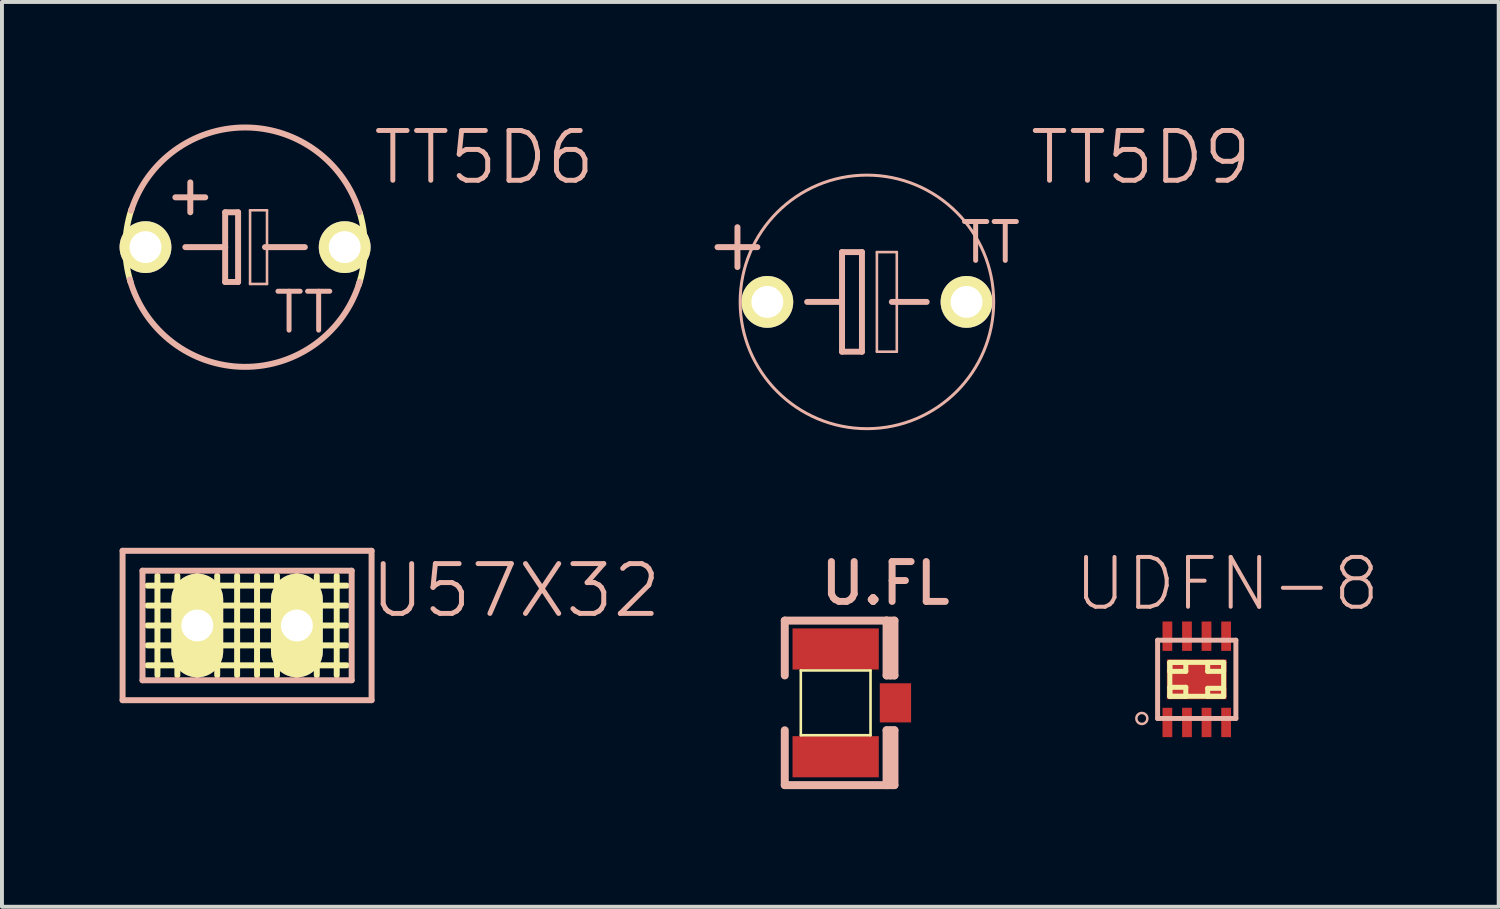
<source format=kicad_pcb>
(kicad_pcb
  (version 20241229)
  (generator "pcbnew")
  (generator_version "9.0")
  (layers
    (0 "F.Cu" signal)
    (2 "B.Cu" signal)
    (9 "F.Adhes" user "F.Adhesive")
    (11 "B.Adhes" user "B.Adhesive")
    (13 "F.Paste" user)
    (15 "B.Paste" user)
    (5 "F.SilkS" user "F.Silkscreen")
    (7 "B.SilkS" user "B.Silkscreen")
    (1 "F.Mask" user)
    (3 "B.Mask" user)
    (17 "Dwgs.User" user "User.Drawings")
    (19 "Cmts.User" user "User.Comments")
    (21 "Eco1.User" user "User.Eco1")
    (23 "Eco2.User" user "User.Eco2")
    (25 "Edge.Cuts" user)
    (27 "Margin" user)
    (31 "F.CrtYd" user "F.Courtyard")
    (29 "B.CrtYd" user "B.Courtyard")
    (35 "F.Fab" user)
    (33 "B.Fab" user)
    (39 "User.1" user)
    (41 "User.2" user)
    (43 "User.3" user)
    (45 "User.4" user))
  (footprint "TT5D6"
    (layer "F.Cu")
    (at 3.2 3.252)
    (property "Reference" "TT5D6" (at 6.096 -2.286 0) (layer "B.SilkS") (effects (font (size 1.27 1.27) (thickness 0.127))))
    (attr exclude_from_pos_files exclude_from_bom)
    (fp_arc (start -2.921 0.889) (mid -3.053044 -0.0385) (end -2.897653 -0.962376) (stroke (width 0.1524) (type solid)) (layer "F.SilkS"))
    (fp_arc (start 2.921 -0.889) (mid 3.053044 0.0385) (end 2.897653 0.962376) (stroke (width 0.1524) (type solid)) (layer "F.SilkS"))
    (fp_line (start -1.778 -1.27) (end -1.016 -1.27) (stroke (width 0.152) (type solid)) (layer "B.SilkS"))
    (fp_line (start -1.524 0) (end -0.508 0) (stroke (width 0.152) (type solid)) (layer "B.SilkS"))
    (fp_line (start -1.397 -1.651) (end -1.397 -0.889) (stroke (width 0.152) (type solid)) (layer "B.SilkS"))
    (fp_line (start -0.508 -0.889) (end -0.508 0) (stroke (width 0.152) (type solid)) (layer "B.SilkS"))
    (fp_line (start -0.508 0) (end -0.508 0.889) (stroke (width 0.152) (type solid)) (layer "B.SilkS"))
    (fp_line (start -0.508 0.889) (end -0.178 0.889) (stroke (width 0.152) (type solid)) (layer "B.SilkS"))
    (fp_line (start -0.178 -0.889) (end -0.508 -0.889) (stroke (width 0.152) (type solid)) (layer "B.SilkS"))
    (fp_line (start -0.178 0.889) (end -0.178 -0.889) (stroke (width 0.152) (type solid)) (layer "B.SilkS"))
    (fp_line (start 0.127 -0.94) (end 0.559 -0.94) (stroke (width 0.066) (type solid)) (layer "B.SilkS"))
    (fp_line (start 0.127 0.94) (end 0.127 -0.94) (stroke (width 0.066) (type solid)) (layer "B.SilkS"))
    (fp_line (start 0.127 0.94) (end 0.559 0.94) (stroke (width 0.066) (type solid)) (layer "B.SilkS"))
    (fp_line (start 0.508 0) (end 1.524 0) (stroke (width 0.152) (type solid)) (layer "B.SilkS"))
    (fp_line (start 0.559 0.94) (end 0.559 -0.94) (stroke (width 0.066) (type solid)) (layer "B.SilkS"))
    (fp_arc (start -2.90576 -0.92964) (mid 0.020821 -3.050777) (end 2.918178 -0.889892) (stroke (width 0.1524) (type solid)) (layer "B.SilkS"))
    (fp_arc (start 2.921 0.889) (mid -0.03344 3.053104) (end -2.939771 0.824809) (stroke (width 0.1524) (type solid)) (layer "B.SilkS"))
    (fp_text user "TT" (at 1.499 1.664 0) (layer "B.SilkS") (effects (font (size 0.991 0.991) (thickness 0.127))))
    (pad "+" thru_hole circle (at -2.54 0) (size 1.321 1.321) (drill 0.813) (layers "*.Cu" "F.Mask" "F.SilkS" "F.Paste"))
    (pad "-" thru_hole circle (at 2.54 0) (size 1.321 1.321) (drill 0.813) (layers "*.Cu" "F.Mask" "F.SilkS" "F.Paste")))
  (footprint "U57X32"
    (layer "F.Cu")
    (at 3.251 12.901)
    (property "Reference" "U57X32" (at 6.858 -0.889 0) (layer "B.SilkS") (effects (font (size 1.27 1.27) (thickness 0.127))))
    (attr exclude_from_pos_files exclude_from_bom)
    (fp_line (start -2.54 -1.016) (end 2.54 -1.016) (stroke (width 0.152) (type solid)) (layer "F.SilkS"))
    (fp_line (start -2.54 -0.508) (end 2.54 -0.508) (stroke (width 0.152) (type solid)) (layer "F.SilkS"))
    (fp_line (start -2.54 0) (end 2.54 0) (stroke (width 0.152) (type solid)) (layer "F.SilkS"))
    (fp_line (start -2.54 0.508) (end 2.54 0.508) (stroke (width 0.152) (type solid)) (layer "F.SilkS"))
    (fp_line (start -2.54 1.016) (end 2.54 1.016) (stroke (width 0.152) (type solid)) (layer "F.SilkS"))
    (fp_line (start -2.286 -1.27) (end -2.286 1.27) (stroke (width 0.152) (type solid)) (layer "F.SilkS"))
    (fp_line (start -1.778 -1.27) (end -1.778 1.27) (stroke (width 0.152) (type solid)) (layer "F.SilkS"))
    (fp_line (start -1.27 -1.27) (end -1.27 1.27) (stroke (width 0.152) (type solid)) (layer "F.SilkS"))
    (fp_line (start -0.762 -1.27) (end -0.762 1.27) (stroke (width 0.152) (type solid)) (layer "F.SilkS"))
    (fp_line (start -0.254 -1.27) (end -0.254 1.27) (stroke (width 0.152) (type solid)) (layer "F.SilkS"))
    (fp_line (start 0.254 -1.27) (end 0.254 1.27) (stroke (width 0.152) (type solid)) (layer "F.SilkS"))
    (fp_line (start 0.762 -1.27) (end 0.762 1.27) (stroke (width 0.152) (type solid)) (layer "F.SilkS"))
    (fp_line (start 1.27 -1.27) (end 1.27 1.27) (stroke (width 0.152) (type solid)) (layer "F.SilkS"))
    (fp_line (start 1.778 -1.27) (end 1.778 1.27) (stroke (width 0.152) (type solid)) (layer "F.SilkS"))
    (fp_line (start 2.286 -1.27) (end 2.286 1.27) (stroke (width 0.152) (type solid)) (layer "F.SilkS"))
    (fp_line (start -3.175 -1.905) (end -3.175 1.905) (stroke (width 0.152) (type solid)) (layer "B.SilkS"))
    (fp_line (start -3.175 -1.905) (end 3.175 -1.905) (stroke (width 0.152) (type solid)) (layer "B.SilkS"))
    (fp_line (start -2.667 -1.397) (end -2.667 1.397) (stroke (width 0.152) (type solid)) (layer "B.SilkS"))
    (fp_line (start -2.667 -1.397) (end 2.667 -1.397) (stroke (width 0.152) (type solid)) (layer "B.SilkS"))
    (fp_line (start 2.667 1.397) (end -2.667 1.397) (stroke (width 0.152) (type solid)) (layer "B.SilkS"))
    (fp_line (start 2.667 1.397) (end 2.667 -1.397) (stroke (width 0.152) (type solid)) (layer "B.SilkS"))
    (fp_line (start 3.175 1.905) (end -3.175 1.905) (stroke (width 0.152) (type solid)) (layer "B.SilkS"))
    (fp_line (start 3.175 1.905) (end 3.175 -1.905) (stroke (width 0.152) (type solid)) (layer "B.SilkS"))
    (pad "A" thru_hole oval (at -1.27 0 180) (size 1.321 2.642) (drill 0.813) (layers "*.Cu" "F.Mask" "F.SilkS" "F.Paste"))
    (pad "K" thru_hole oval (at 1.27 0 180) (size 1.321 2.642) (drill 0.813) (layers "*.Cu" "F.Mask" "F.SilkS" "F.Paste")))
  (footprint "TT5D9"
    (layer "F.Cu")
    (at 19.058 4.649)
    (property "Reference" "TT5D9" (at 6.985 -3.683 0) (layer "B.SilkS") (effects (font (size 1.27 1.27) (thickness 0.127))))
    (attr exclude_from_pos_files exclude_from_bom)
    (fp_line (start -3.302 -1.905) (end -3.302 -0.889) (stroke (width 0.152) (type solid)) (layer "B.SilkS"))
    (fp_line (start -2.794 -1.397) (end -3.81 -1.397) (stroke (width 0.152) (type solid)) (layer "B.SilkS"))
    (fp_line (start -1.524 0) (end -0.635 0) (stroke (width 0.152) (type solid)) (layer "B.SilkS"))
    (fp_line (start -0.635 -1.27) (end -0.635 0) (stroke (width 0.152) (type solid)) (layer "B.SilkS"))
    (fp_line (start -0.635 0) (end -0.635 1.27) (stroke (width 0.152) (type solid)) (layer "B.SilkS"))
    (fp_line (start -0.635 1.27) (end -0.127 1.27) (stroke (width 0.152) (type solid)) (layer "B.SilkS"))
    (fp_line (start -0.127 -1.27) (end -0.635 -1.27) (stroke (width 0.152) (type solid)) (layer "B.SilkS"))
    (fp_line (start -0.127 1.27) (end -0.127 -1.27) (stroke (width 0.152) (type solid)) (layer "B.SilkS"))
    (fp_line (start 0.254 -1.27) (end 0.762 -1.27) (stroke (width 0.066) (type solid)) (layer "B.SilkS"))
    (fp_line (start 0.254 1.27) (end 0.254 -1.27) (stroke (width 0.066) (type solid)) (layer "B.SilkS"))
    (fp_line (start 0.254 1.27) (end 0.762 1.27) (stroke (width 0.066) (type solid)) (layer "B.SilkS"))
    (fp_line (start 0.635 0) (end 1.524 0) (stroke (width 0.152) (type solid)) (layer "B.SilkS"))
    (fp_line (start 0.762 1.27) (end 0.762 -1.27) (stroke (width 0.066) (type solid)) (layer "B.SilkS"))
    (fp_circle (center 0 0) (end -2.286 2.286) (stroke (width 0.076) (type solid)) (fill no) (layer "B.SilkS"))
    (fp_text user "TT" (at 3.15 -1.511 0) (layer "B.SilkS") (effects (font (size 0.991 0.991) (thickness 0.127))))
    (pad "+" thru_hole circle (at -2.54 0) (size 1.321 1.321) (drill 0.813) (layers "*.Cu" "F.Mask" "F.SilkS" "F.Paste"))
    (pad "-" thru_hole circle (at 2.54 0) (size 1.321 1.321) (drill 0.813) (layers "*.Cu" "F.Mask" "F.SilkS" "F.Paste")))
  (footprint "UDFN-8"
    (layer "F.Cu")
    (at 27.469 14.274)
    (property "Reference" "UDFN-8" (at 0.775 -2.433 0) (layer "B.SilkS") (effects (font (size 1.27 1.27) (thickness 0.102))))
    (attr smd)
    (fp_line (start -0.686 -0.432) (end -0.279 -0.432) (stroke (width 0.127) (type solid)) (layer "F.SilkS"))
    (fp_line (start -0.686 -0.432) (end 0.686 -0.432) (stroke (width 0.127) (type solid)) (layer "F.SilkS"))
    (fp_line (start -0.686 -0.203) (end -0.686 -0.432) (stroke (width 0.127) (type solid)) (layer "F.SilkS"))
    (fp_line (start -0.686 0.203) (end -0.279 0.203) (stroke (width 0.127) (type solid)) (layer "F.SilkS"))
    (fp_line (start -0.686 0.432) (end -0.686 -0.432) (stroke (width 0.127) (type solid)) (layer "F.SilkS"))
    (fp_line (start -0.686 0.432) (end -0.686 0.203) (stroke (width 0.127) (type solid)) (layer "F.SilkS"))
    (fp_line (start -0.279 -0.432) (end -0.279 -0.203) (stroke (width 0.127) (type solid)) (layer "F.SilkS"))
    (fp_line (start -0.279 -0.203) (end -0.686 -0.203) (stroke (width 0.127) (type solid)) (layer "F.SilkS"))
    (fp_line (start -0.279 0.203) (end -0.279 0.432) (stroke (width 0.127) (type solid)) (layer "F.SilkS"))
    (fp_line (start -0.279 0.432) (end -0.686 0.432) (stroke (width 0.127) (type solid)) (layer "F.SilkS"))
    (fp_line (start 0.279 -0.432) (end 0.686 -0.432) (stroke (width 0.127) (type solid)) (layer "F.SilkS"))
    (fp_line (start 0.279 -0.203) (end 0.279 -0.432) (stroke (width 0.127) (type solid)) (layer "F.SilkS"))
    (fp_line (start 0.279 0.229) (end 0.686 0.229) (stroke (width 0.127) (type solid)) (layer "F.SilkS"))
    (fp_line (start 0.279 0.432) (end 0.279 0.229) (stroke (width 0.127) (type solid)) (layer "F.SilkS"))
    (fp_line (start 0.686 -0.432) (end 0.686 -0.203) (stroke (width 0.127) (type solid)) (layer "F.SilkS"))
    (fp_line (start 0.686 -0.432) (end 0.686 0.432) (stroke (width 0.127) (type solid)) (layer "F.SilkS"))
    (fp_line (start 0.686 -0.203) (end 0.279 -0.203) (stroke (width 0.127) (type solid)) (layer "F.SilkS"))
    (fp_line (start 0.686 0.229) (end 0.686 0.432) (stroke (width 0.127) (type solid)) (layer "F.SilkS"))
    (fp_line (start 0.686 0.432) (end -0.686 0.432) (stroke (width 0.127) (type solid)) (layer "F.SilkS"))
    (fp_line (start 0.686 0.432) (end 0.279 0.432) (stroke (width 0.127) (type solid)) (layer "F.SilkS"))
    (fp_line (start -0.998 -0.998) (end 0.998 -0.998) (stroke (width 0.127) (type solid)) (layer "B.SilkS"))
    (fp_line (start -0.998 0.998) (end -0.998 -0.998) (stroke (width 0.127) (type solid)) (layer "B.SilkS"))
    (fp_line (start 0.998 -0.998) (end 0.998 0.998) (stroke (width 0.127) (type solid)) (layer "B.SilkS"))
    (fp_line (start 0.998 0.998) (end -0.998 0.998) (stroke (width 0.127) (type solid)) (layer "B.SilkS"))
    (fp_circle (center -1.4 0.998) (end -1.499 1.097) (stroke (width 0.064) (type solid)) (fill no) (layer "B.SilkS"))
    (pad "1" smd rect (at -0.749 1.1 90) (size 0.749 0.249) (layers "F.Cu" "F.Mask" "F.Paste"))
    (pad "2" smd rect (at -0.249 1.1 90) (size 0.749 0.249) (layers "F.Cu" "F.Mask" "F.Paste"))
    (pad "3" smd rect (at 0.249 1.1 90) (size 0.749 0.249) (layers "F.Cu" "F.Mask" "F.Paste"))
    (pad "4" smd rect (at 0.749 1.1 90) (size 0.749 0.249) (layers "F.Cu" "F.Mask" "F.Paste"))
    (pad "5" smd rect (at 0.749 -1.1 90) (size 0.749 0.249) (layers "F.Cu" "F.Mask" "F.Paste"))
    (pad "6" smd rect (at 0.249 -1.1 90) (size 0.749 0.249) (layers "F.Cu" "F.Mask" "F.Paste"))
    (pad "7" smd rect (at -0.249 -1.1 90) (size 0.749 0.249) (layers "F.Cu" "F.Mask" "F.Paste"))
    (pad "8" smd rect (at -0.749 -1.1 90) (size 0.749 0.249) (layers "F.Cu" "F.Mask" "F.Paste"))
    (pad "THER" smd rect (at 0 0) (size 1.524 1.016) (layers "F.Cu" "F.Mask" "F.Paste")))
  (footprint "U.FL"
    (layer "F.Cu")
    (at 18.261 14.874)
    (property "Reference" "U.FL" (at 1.27 -3.048 0) (layer "B.SilkS") (effects (font (size 1.016 1.016) (thickness 0.178))))
    (attr smd)
    (fp_line (start -0.889 -0.826) (end 0.889 -0.826) (stroke (width 0.066) (type solid)) (layer "F.SilkS"))
    (fp_line (start -0.889 0.826) (end -0.889 -0.826) (stroke (width 0.066) (type solid)) (layer "F.SilkS"))
    (fp_line (start -0.889 0.826) (end 0.889 0.826) (stroke (width 0.066) (type solid)) (layer "F.SilkS"))
    (fp_line (start 0.889 0.826) (end 0.889 -0.826) (stroke (width 0.066) (type solid)) (layer "F.SilkS"))
    (fp_line (start -1.298 -0.699) (end -1.298 -2.098) (stroke (width 0.203) (type solid)) (layer "B.SilkS"))
    (fp_line (start -1.298 2.098) (end -1.298 0.699) (stroke (width 0.203) (type solid)) (layer "B.SilkS"))
    (fp_line (start -1.298 2.098) (end 1.298 2.098) (stroke (width 0.203) (type solid)) (layer "B.SilkS"))
    (fp_line (start 1.298 -2.098) (end -1.298 -2.098) (stroke (width 0.203) (type solid)) (layer "B.SilkS"))
    (fp_line (start 1.298 -0.699) (end 1.298 -2.098) (stroke (width 0.203) (type solid)) (layer "B.SilkS"))
    (fp_line (start 1.298 2.098) (end 1.298 0.699) (stroke (width 0.203) (type solid)) (layer "B.SilkS"))
    (fp_line (start 1.4 -0.699) (end 1.4 -1.999) (stroke (width 0.203) (type solid)) (layer "B.SilkS"))
    (fp_line (start 1.4 1.999) (end 1.4 0.699) (stroke (width 0.203) (type solid)) (layer "B.SilkS"))
    (fp_line (start 1.499 -2.098) (end 1.298 -2.098) (stroke (width 0.203) (type solid)) (layer "B.SilkS"))
    (fp_line (start 1.499 -0.699) (end 1.298 -0.699) (stroke (width 0.203) (type solid)) (layer "B.SilkS"))
    (fp_line (start 1.499 -0.699) (end 1.499 -2.098) (stroke (width 0.203) (type solid)) (layer "B.SilkS"))
    (fp_line (start 1.499 0.699) (end 1.298 0.699) (stroke (width 0.203) (type solid)) (layer "B.SilkS"))
    (fp_line (start 1.499 2.098) (end 1.298 2.098) (stroke (width 0.203) (type solid)) (layer "B.SilkS"))
    (fp_line (start 1.499 2.098) (end 1.499 0.699) (stroke (width 0.203) (type solid)) (layer "B.SilkS"))
    (pad "1" smd rect (at 0 -1.374) (size 2.2 1.049) (layers "F.Cu" "F.Mask" "F.Paste"))
    (pad "2" smd rect (at 0 1.374) (size 2.2 1.049) (layers "F.Cu" "F.Mask" "F.Paste"))
    (pad "3" smd rect (at 1.524 0) (size 0.798 0.998) (layers "F.Cu" "F.Mask" "F.Paste")))
  (gr_rect
    (start -3 -3)
    (end 35.169 20.074)
    (stroke (width 0.1) (type default))
    (fill no)
    (layer "Edge.Cuts")))
</source>
